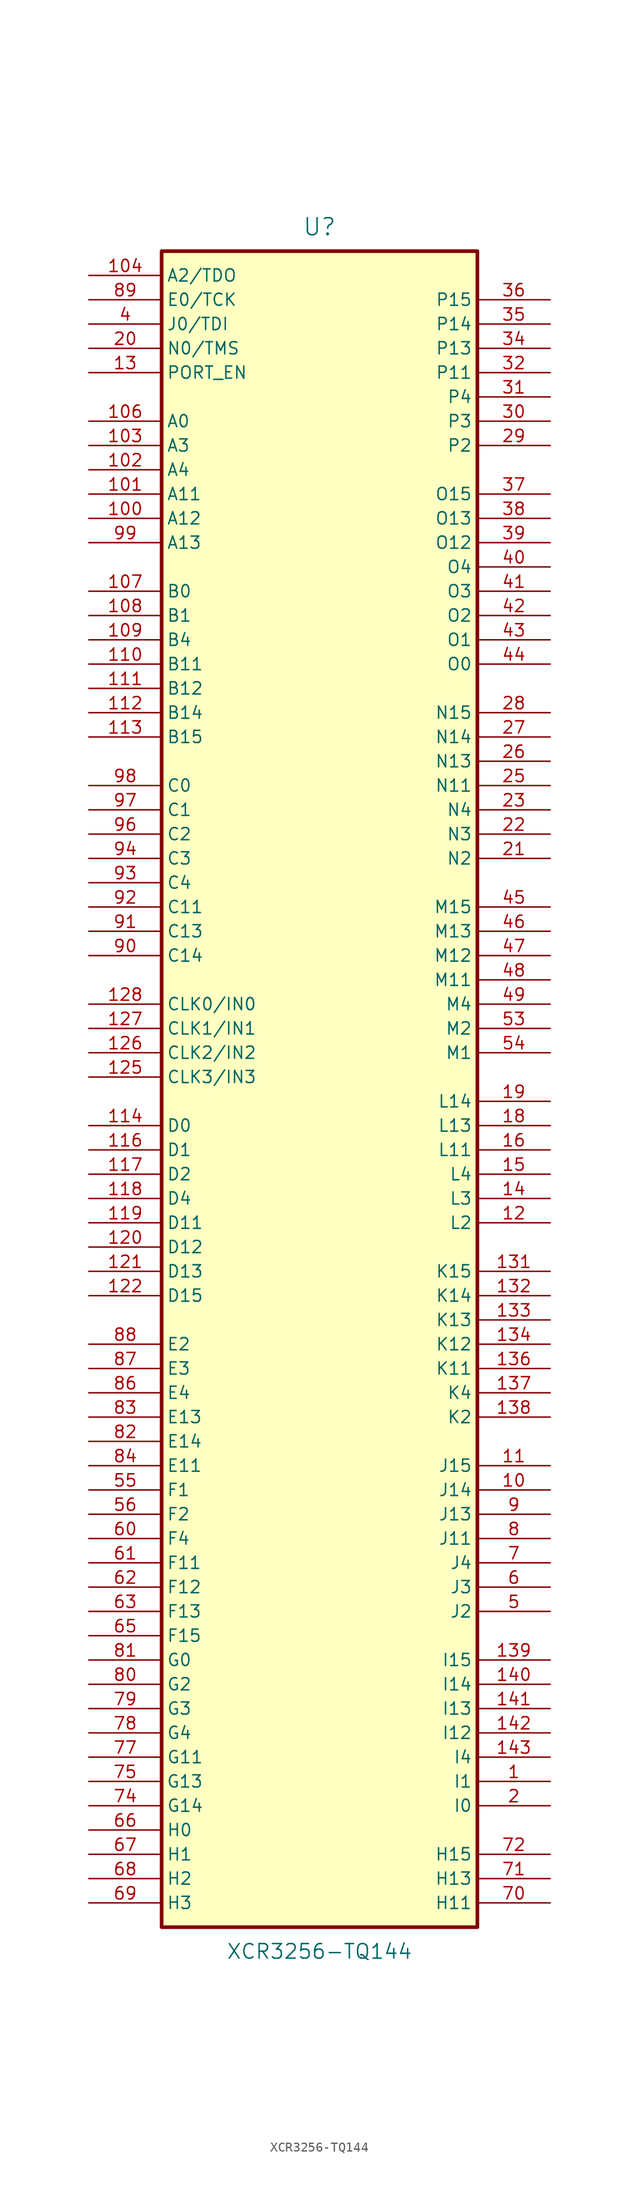
<source format=kicad_sym>
(kicad_symbol_lib
  (version 20241209)
  (generator "kicad_symbol_editor")
  (generator_version "9.0")
  (symbol "XCR3256-TQ144"
    (property "Reference" "U"
      (at 0 88.9 0)
      (effects (font (size 1.778 1.778))))
    (property "Value" "XCR3256-TQ144"
      (at 0 -91.44 0)
      (effects (font (size 1.524 1.524))))
    (property "Footprint" ""
      (at 0 0 0)
      (effects (font (size 1.524 1.524))))
    (property "Datasheet" ""
      (at 0 0 0)
      (effects (font (size 1.524 1.524))))
    (symbol "XCR3256-TQ144_0_1"
      (rectangle (start -16.51 86.36) (end 16.51 -88.9) (stroke (width 0.381) (type default)) (fill (type background))))
    (symbol "XCR3256-TQ144_1_1"
      (pin passive line (at -24.13 83.82 0) (length 7.62) (name "A2/TDO" (effects (font (size 1.27 1.27)))) (number "104" (effects (font (size 1.27 1.27)))))
      (pin passive line (at -24.13 81.28 0) (length 7.62) (name "E0/TCK" (effects (font (size 1.27 1.27)))) (number "89" (effects (font (size 1.27 1.27)))))
      (pin passive line (at -24.13 78.74 0) (length 7.62) (name "J0/TDI" (effects (font (size 1.27 1.27)))) (number "4" (effects (font (size 1.27 1.27)))))
      (pin passive line (at -24.13 76.2 0) (length 7.62) (name "N0/TMS" (effects (font (size 1.27 1.27)))) (number "20" (effects (font (size 1.27 1.27)))))
      (pin passive line (at -24.13 73.66 0) (length 7.62) (name "PORT_EN" (effects (font (size 1.27 1.27)))) (number "13" (effects (font (size 1.27 1.27)))))
      (pin passive line (at -24.13 68.58 0) (length 7.62) (name "A0" (effects (font (size 1.27 1.27)))) (number "106" (effects (font (size 1.27 1.27)))))
      (pin passive line (at -24.13 66.04 0) (length 7.62) (name "A3" (effects (font (size 1.27 1.27)))) (number "103" (effects (font (size 1.27 1.27)))))
      (pin passive line (at -24.13 63.5 0) (length 7.62) (name "A4" (effects (font (size 1.27 1.27)))) (number "102" (effects (font (size 1.27 1.27)))))
      (pin passive line (at -24.13 60.96 0) (length 7.62) (name "A11" (effects (font (size 1.27 1.27)))) (number "101" (effects (font (size 1.27 1.27)))))
      (pin passive line (at -24.13 58.42 0) (length 7.62) (name "A12" (effects (font (size 1.27 1.27)))) (number "100" (effects (font (size 1.27 1.27)))))
      (pin passive line (at -24.13 55.88 0) (length 7.62) (name "A13" (effects (font (size 1.27 1.27)))) (number "99" (effects (font (size 1.27 1.27)))))
      (pin passive line (at -24.13 50.8 0) (length 7.62) (name "B0" (effects (font (size 1.27 1.27)))) (number "107" (effects (font (size 1.27 1.27)))))
      (pin passive line (at -24.13 48.26 0) (length 7.62) (name "B1" (effects (font (size 1.27 1.27)))) (number "108" (effects (font (size 1.27 1.27)))))
      (pin passive line (at -24.13 45.72 0) (length 7.62) (name "B4" (effects (font (size 1.27 1.27)))) (number "109" (effects (font (size 1.27 1.27)))))
      (pin passive line (at -24.13 43.18 0) (length 7.62) (name "B11" (effects (font (size 1.27 1.27)))) (number "110" (effects (font (size 1.27 1.27)))))
      (pin passive line (at -24.13 40.64 0) (length 7.62) (name "B12" (effects (font (size 1.27 1.27)))) (number "111" (effects (font (size 1.27 1.27)))))
      (pin passive line (at -24.13 38.1 0) (length 7.62) (name "B14" (effects (font (size 1.27 1.27)))) (number "112" (effects (font (size 1.27 1.27)))))
      (pin passive line (at -24.13 35.56 0) (length 7.62) (name "B15" (effects (font (size 1.27 1.27)))) (number "113" (effects (font (size 1.27 1.27)))))
      (pin passive line (at -24.13 30.48 0) (length 7.62) (name "C0" (effects (font (size 1.27 1.27)))) (number "98" (effects (font (size 1.27 1.27)))))
      (pin passive line (at -24.13 27.94 0) (length 7.62) (name "C1" (effects (font (size 1.27 1.27)))) (number "97" (effects (font (size 1.27 1.27)))))
      (pin passive line (at -24.13 25.4 0) (length 7.62) (name "C2" (effects (font (size 1.27 1.27)))) (number "96" (effects (font (size 1.27 1.27)))))
      (pin passive line (at -24.13 22.86 0) (length 7.62) (name "C3" (effects (font (size 1.27 1.27)))) (number "94" (effects (font (size 1.27 1.27)))))
      (pin passive line (at -24.13 20.32 0) (length 7.62) (name "C4" (effects (font (size 1.27 1.27)))) (number "93" (effects (font (size 1.27 1.27)))))
      (pin passive line (at -24.13 17.78 0) (length 7.62) (name "C11" (effects (font (size 1.27 1.27)))) (number "92" (effects (font (size 1.27 1.27)))))
      (pin passive line (at -24.13 15.24 0) (length 7.62) (name "C13" (effects (font (size 1.27 1.27)))) (number "91" (effects (font (size 1.27 1.27)))))
      (pin passive line (at -24.13 12.7 0) (length 7.62) (name "C14" (effects (font (size 1.27 1.27)))) (number "90" (effects (font (size 1.27 1.27)))))
      (pin input line (at -24.13 7.62 0) (length 7.62) (name "CLK0/IN0" (effects (font (size 1.27 1.27)))) (number "128" (effects (font (size 1.27 1.27)))))
      (pin input line (at -24.13 5.08 0) (length 7.62) (name "CLK1/IN1" (effects (font (size 1.27 1.27)))) (number "127" (effects (font (size 1.27 1.27)))))
      (pin input line (at -24.13 2.54 0) (length 7.62) (name "CLK2/IN2" (effects (font (size 1.27 1.27)))) (number "126" (effects (font (size 1.27 1.27)))))
      (pin input line (at -24.13 0 0) (length 7.62) (name "CLK3/IN3" (effects (font (size 1.27 1.27)))) (number "125" (effects (font (size 1.27 1.27)))))
      (pin passive line (at -24.13 -5.08 0) (length 7.62) (name "D0" (effects (font (size 1.27 1.27)))) (number "114" (effects (font (size 1.27 1.27)))))
      (pin passive line (at -24.13 -7.62 0) (length 7.62) (name "D1" (effects (font (size 1.27 1.27)))) (number "116" (effects (font (size 1.27 1.27)))))
      (pin passive line (at -24.13 -10.16 0) (length 7.62) (name "D2" (effects (font (size 1.27 1.27)))) (number "117" (effects (font (size 1.27 1.27)))))
      (pin passive line (at -24.13 -12.7 0) (length 7.62) (name "D4" (effects (font (size 1.27 1.27)))) (number "118" (effects (font (size 1.27 1.27)))))
      (pin passive line (at -24.13 -15.24 0) (length 7.62) (name "D11" (effects (font (size 1.27 1.27)))) (number "119" (effects (font (size 1.27 1.27)))))
      (pin passive line (at -24.13 -17.78 0) (length 7.62) (name "D12" (effects (font (size 1.27 1.27)))) (number "120" (effects (font (size 1.27 1.27)))))
      (pin passive line (at -24.13 -20.32 0) (length 7.62) (name "D13" (effects (font (size 1.27 1.27)))) (number "121" (effects (font (size 1.27 1.27)))))
      (pin passive line (at -24.13 -22.86 0) (length 7.62) (name "D15" (effects (font (size 1.27 1.27)))) (number "122" (effects (font (size 1.27 1.27)))))
      (pin passive line (at -24.13 -27.94 0) (length 7.62) (name "E2" (effects (font (size 1.27 1.27)))) (number "88" (effects (font (size 1.27 1.27)))))
      (pin passive line (at -24.13 -30.48 0) (length 7.62) (name "E3" (effects (font (size 1.27 1.27)))) (number "87" (effects (font (size 1.27 1.27)))))
      (pin passive line (at -24.13 -33.02 0) (length 7.62) (name "E4" (effects (font (size 1.27 1.27)))) (number "86" (effects (font (size 1.27 1.27)))))
      (pin passive line (at -24.13 -35.56 0) (length 7.62) (name "E13" (effects (font (size 1.27 1.27)))) (number "83" (effects (font (size 1.27 1.27)))))
      (pin passive line (at -24.13 -38.1 0) (length 7.62) (name "E14" (effects (font (size 1.27 1.27)))) (number "82" (effects (font (size 1.27 1.27)))))
      (pin passive line (at -24.13 -40.64 0) (length 7.62) (name "E11" (effects (font (size 1.27 1.27)))) (number "84" (effects (font (size 1.27 1.27)))))
      (pin passive line (at -24.13 -43.18 0) (length 7.62) (name "F1" (effects (font (size 1.27 1.27)))) (number "55" (effects (font (size 1.27 1.27)))))
      (pin passive line (at -24.13 -45.72 0) (length 7.62) (name "F2" (effects (font (size 1.27 1.27)))) (number "56" (effects (font (size 1.27 1.27)))))
      (pin passive line (at -24.13 -48.26 0) (length 7.62) (name "F4" (effects (font (size 1.27 1.27)))) (number "60" (effects (font (size 1.27 1.27)))))
      (pin passive line (at -24.13 -50.8 0) (length 7.62) (name "F11" (effects (font (size 1.27 1.27)))) (number "61" (effects (font (size 1.27 1.27)))))
      (pin passive line (at -24.13 -53.34 0) (length 7.62) (name "F12" (effects (font (size 1.27 1.27)))) (number "62" (effects (font (size 1.27 1.27)))))
      (pin passive line (at -24.13 -55.88 0) (length 7.62) (name "F13" (effects (font (size 1.27 1.27)))) (number "63" (effects (font (size 1.27 1.27)))))
      (pin passive line (at -24.13 -58.42 0) (length 7.62) (name "F15" (effects (font (size 1.27 1.27)))) (number "65" (effects (font (size 1.27 1.27)))))
      (pin input line (at -24.13 -60.96 0) (length 7.62) (name "G0" (effects (font (size 1.27 1.27)))) (number "81" (effects (font (size 1.27 1.27)))))
      (pin passive line (at -24.13 -63.5 0) (length 7.62) (name "G2" (effects (font (size 1.27 1.27)))) (number "80" (effects (font (size 1.27 1.27)))))
      (pin passive line (at -24.13 -66.04 0) (length 7.62) (name "G3" (effects (font (size 1.27 1.27)))) (number "79" (effects (font (size 1.27 1.27)))))
      (pin passive line (at -24.13 -68.58 0) (length 7.62) (name "G4" (effects (font (size 1.27 1.27)))) (number "78" (effects (font (size 1.27 1.27)))))
      (pin passive line (at -24.13 -71.12 0) (length 7.62) (name "G11" (effects (font (size 1.27 1.27)))) (number "77" (effects (font (size 1.27 1.27)))))
      (pin passive line (at -24.13 -73.66 0) (length 7.595) (name "G13" (effects (font (size 1.27 1.27)))) (number "75" (effects (font (size 1.27 1.27)))))
      (pin passive line (at -24.13 -76.2 0) (length 7.62) (name "G14" (effects (font (size 1.27 1.27)))) (number "74" (effects (font (size 1.27 1.27)))))
      (pin passive line (at -24.13 -78.74 0) (length 7.62) (name "H0" (effects (font (size 1.27 1.27)))) (number "66" (effects (font (size 1.27 1.27)))))
      (pin passive line (at -24.13 -81.28 0) (length 7.62) (name "H1" (effects (font (size 1.27 1.27)))) (number "67" (effects (font (size 1.27 1.27)))))
      (pin passive line (at -24.13 -83.82 0) (length 7.62) (name "H2" (effects (font (size 1.27 1.27)))) (number "68" (effects (font (size 1.27 1.27)))))
      (pin passive line (at -24.13 -86.36 0) (length 7.62) (name "H3" (effects (font (size 1.27 1.27)))) (number "69" (effects (font (size 1.27 1.27)))))
      (pin power_in line (at -13.97 -88.9 90) (length 0) (hide yes) (name "GND" (effects (font (size 0.762 0.762)))) (number "135" (effects (font (size 0.762 0.762)))))
      (pin power_in line (at -11.43 86.36 270) (length 0) (hide yes) (name "VCC" (effects (font (size 0.762 0.762)))) (number "51" (effects (font (size 0.762 0.762)))))
      (pin power_in line (at -11.43 -88.9 90) (length 0) (hide yes) (name "GND" (effects (font (size 0.762 0.762)))) (number "57" (effects (font (size 0.762 0.762)))))
      (pin power_in line (at -8.89 86.36 270) (length 0) (hide yes) (name "VCC" (effects (font (size 0.762 0.762)))) (number "58" (effects (font (size 0.762 0.762)))))
      (pin power_in line (at -8.89 -88.9 90) (length 0) (hide yes) (name "GND" (effects (font (size 0.762 0.762)))) (number "52" (effects (font (size 0.762 0.762)))))
      (pin power_in line (at -6.35 86.36 270) (length 0) (hide yes) (name "VCC" (effects (font (size 0.762 0.762)))) (number "123" (effects (font (size 0.762 0.762)))))
      (pin power_in line (at -6.35 -88.9 90) (length 0) (hide yes) (name "GND" (effects (font (size 0.762 0.762)))) (number "124" (effects (font (size 0.762 0.762)))))
      (pin power_in line (at -3.81 86.36 270) (length 0) (hide yes) (name "VCC" (effects (font (size 0.762 0.762)))) (number "130" (effects (font (size 0.762 0.762)))))
      (pin power_in line (at -3.81 -88.9 90) (length 0) (hide yes) (name "GND" (effects (font (size 0.762 0.762)))) (number "129" (effects (font (size 0.762 0.762)))))
      (pin power_in line (at -1.27 86.36 270) (length 0) (hide yes) (name "VCC" (effects (font (size 0.762 0.762)))) (number "24" (effects (font (size 0.762 0.762)))))
      (pin power_in line (at -1.27 -88.9 90) (length 0) (hide yes) (name "GND" (effects (font (size 0.762 0.762)))) (number "3" (effects (font (size 0.762 0.762)))))
      (pin power_in line (at 1.27 86.36 270) (length 0) (hide yes) (name "VCC" (effects (font (size 0.762 0.762)))) (number "50" (effects (font (size 0.762 0.762)))))
      (pin power_in line (at 1.27 -88.9 90) (length 0) (hide yes) (name "GND" (effects (font (size 0.762 0.762)))) (number "17" (effects (font (size 0.762 0.762)))))
      (pin power_in line (at 3.81 86.36 270) (length 0) (hide yes) (name "VCC" (effects (font (size 0.762 0.762)))) (number "73" (effects (font (size 0.762 0.762)))))
      (pin power_in line (at 3.81 -88.9 90) (length 0) (hide yes) (name "GND" (effects (font (size 0.762 0.762)))) (number "33" (effects (font (size 0.762 0.762)))))
      (pin power_in line (at 6.35 86.36 270) (length 0) (hide yes) (name "VCC" (effects (font (size 0.762 0.762)))) (number "76" (effects (font (size 0.762 0.762)))))
      (pin power_in line (at 6.35 -88.9 90) (length 0) (hide yes) (name "GND" (effects (font (size 0.762 0.762)))) (number "59" (effects (font (size 0.762 0.762)))))
      (pin power_in line (at 8.89 86.36 270) (length 0) (hide yes) (name "VCC" (effects (font (size 0.762 0.762)))) (number "95" (effects (font (size 0.762 0.762)))))
      (pin power_in line (at 8.89 -88.9 90) (length 0) (hide yes) (name "GND" (effects (font (size 0.762 0.762)))) (number "64" (effects (font (size 0.762 0.762)))))
      (pin power_in line (at 11.43 86.36 270) (length 0) (hide yes) (name "VCC" (effects (font (size 0.762 0.762)))) (number "115" (effects (font (size 0.762 0.762)))))
      (pin power_in line (at 11.43 -88.9 90) (length 0) (hide yes) (name "GND" (effects (font (size 0.762 0.762)))) (number "85" (effects (font (size 0.762 0.762)))))
      (pin power_in line (at 13.97 86.36 270) (length 0) (hide yes) (name "VCC" (effects (font (size 0.762 0.762)))) (number "144" (effects (font (size 0.762 0.762)))))
      (pin power_in line (at 13.97 -88.9 90) (length 0) (hide yes) (name "GND" (effects (font (size 0.762 0.762)))) (number "105" (effects (font (size 0.762 0.762)))))
      (pin passive line (at 24.13 81.28 180) (length 7.62) (name "P15" (effects (font (size 1.27 1.27)))) (number "36" (effects (font (size 1.27 1.27)))))
      (pin passive line (at 24.13 78.74 180) (length 7.62) (name "P14" (effects (font (size 1.27 1.27)))) (number "35" (effects (font (size 1.27 1.27)))))
      (pin passive line (at 24.13 76.2 180) (length 7.62) (name "P13" (effects (font (size 1.27 1.27)))) (number "34" (effects (font (size 1.27 1.27)))))
      (pin passive line (at 24.13 73.66 180) (length 7.62) (name "P11" (effects (font (size 1.27 1.27)))) (number "32" (effects (font (size 1.27 1.27)))))
      (pin passive line (at 24.13 71.12 180) (length 7.62) (name "P4" (effects (font (size 1.27 1.27)))) (number "31" (effects (font (size 1.27 1.27)))))
      (pin passive line (at 24.13 68.58 180) (length 7.62) (name "P3" (effects (font (size 1.27 1.27)))) (number "30" (effects (font (size 1.27 1.27)))))
      (pin passive line (at 24.13 66.04 180) (length 7.62) (name "P2" (effects (font (size 1.27 1.27)))) (number "29" (effects (font (size 1.27 1.27)))))
      (pin passive line (at 24.13 60.96 180) (length 7.62) (name "O15" (effects (font (size 1.27 1.27)))) (number "37" (effects (font (size 1.27 1.27)))))
      (pin passive line (at 24.13 58.42 180) (length 7.62) (name "O13" (effects (font (size 1.27 1.27)))) (number "38" (effects (font (size 1.27 1.27)))))
      (pin passive line (at 24.13 55.88 180) (length 7.62) (name "O12" (effects (font (size 1.27 1.27)))) (number "39" (effects (font (size 1.27 1.27)))))
      (pin passive line (at 24.13 53.34 180) (length 7.62) (name "O4" (effects (font (size 1.27 1.27)))) (number "40" (effects (font (size 1.27 1.27)))))
      (pin passive line (at 24.13 50.8 180) (length 7.62) (name "O3" (effects (font (size 1.27 1.27)))) (number "41" (effects (font (size 1.27 1.27)))))
      (pin passive line (at 24.13 48.26 180) (length 7.62) (name "O2" (effects (font (size 1.27 1.27)))) (number "42" (effects (font (size 1.27 1.27)))))
      (pin passive line (at 24.13 45.72 180) (length 7.62) (name "O1" (effects (font (size 1.27 1.27)))) (number "43" (effects (font (size 1.27 1.27)))))
      (pin passive line (at 24.13 43.18 180) (length 7.62) (name "O0" (effects (font (size 1.27 1.27)))) (number "44" (effects (font (size 1.27 1.27)))))
      (pin passive line (at 24.13 38.1 180) (length 7.62) (name "N15" (effects (font (size 1.27 1.27)))) (number "28" (effects (font (size 1.27 1.27)))))
      (pin passive line (at 24.13 35.56 180) (length 7.62) (name "N14" (effects (font (size 1.27 1.27)))) (number "27" (effects (font (size 1.27 1.27)))))
      (pin passive line (at 24.13 33.02 180) (length 7.62) (name "N13" (effects (font (size 1.27 1.27)))) (number "26" (effects (font (size 1.27 1.27)))))
      (pin passive line (at 24.13 30.48 180) (length 7.62) (name "N11" (effects (font (size 1.27 1.27)))) (number "25" (effects (font (size 1.27 1.27)))))
      (pin passive line (at 24.13 27.94 180) (length 7.62) (name "N4" (effects (font (size 1.27 1.27)))) (number "23" (effects (font (size 1.27 1.27)))))
      (pin passive line (at 24.13 25.4 180) (length 7.62) (name "N3" (effects (font (size 1.27 1.27)))) (number "22" (effects (font (size 1.27 1.27)))))
      (pin passive line (at 24.13 22.86 180) (length 7.62) (name "N2" (effects (font (size 1.27 1.27)))) (number "21" (effects (font (size 1.27 1.27)))))
      (pin passive line (at 24.13 17.78 180) (length 7.62) (name "M15" (effects (font (size 1.27 1.27)))) (number "45" (effects (font (size 1.27 1.27)))))
      (pin passive line (at 24.13 15.24 180) (length 7.62) (name "M13" (effects (font (size 1.27 1.27)))) (number "46" (effects (font (size 1.27 1.27)))))
      (pin passive line (at 24.13 12.7 180) (length 7.62) (name "M12" (effects (font (size 1.27 1.27)))) (number "47" (effects (font (size 1.27 1.27)))))
      (pin passive line (at 24.13 10.16 180) (length 7.62) (name "M11" (effects (font (size 1.27 1.27)))) (number "48" (effects (font (size 1.27 1.27)))))
      (pin passive line (at 24.13 7.62 180) (length 7.62) (name "M4" (effects (font (size 1.27 1.27)))) (number "49" (effects (font (size 1.27 1.27)))))
      (pin passive line (at 24.13 5.08 180) (length 7.62) (name "M2" (effects (font (size 1.27 1.27)))) (number "53" (effects (font (size 1.27 1.27)))))
      (pin passive line (at 24.13 2.54 180) (length 7.62) (name "M1" (effects (font (size 1.27 1.27)))) (number "54" (effects (font (size 1.27 1.27)))))
      (pin passive line (at 24.13 -2.54 180) (length 7.62) (name "L14" (effects (font (size 1.27 1.27)))) (number "19" (effects (font (size 1.27 1.27)))))
      (pin passive line (at 24.13 -5.08 180) (length 7.62) (name "L13" (effects (font (size 1.27 1.27)))) (number "18" (effects (font (size 1.27 1.27)))))
      (pin passive line (at 24.13 -7.62 180) (length 7.62) (name "L11" (effects (font (size 1.27 1.27)))) (number "16" (effects (font (size 1.27 1.27)))))
      (pin passive line (at 24.13 -10.16 180) (length 7.62) (name "L4" (effects (font (size 1.27 1.27)))) (number "15" (effects (font (size 1.27 1.27)))))
      (pin passive line (at 24.13 -12.7 180) (length 7.62) (name "L3" (effects (font (size 1.27 1.27)))) (number "14" (effects (font (size 1.27 1.27)))))
      (pin passive line (at 24.13 -15.24 180) (length 7.62) (name "L2" (effects (font (size 1.27 1.27)))) (number "12" (effects (font (size 1.27 1.27)))))
      (pin passive line (at 24.13 -20.32 180) (length 7.62) (name "K15" (effects (font (size 1.27 1.27)))) (number "131" (effects (font (size 1.27 1.27)))))
      (pin passive line (at 24.13 -22.86 180) (length 7.62) (name "K14" (effects (font (size 1.27 1.27)))) (number "132" (effects (font (size 1.27 1.27)))))
      (pin passive line (at 24.13 -25.4 180) (length 7.62) (name "K13" (effects (font (size 1.27 1.27)))) (number "133" (effects (font (size 1.27 1.27)))))
      (pin passive line (at 24.13 -27.94 180) (length 7.62) (name "K12" (effects (font (size 1.27 1.27)))) (number "134" (effects (font (size 1.27 1.27)))))
      (pin passive line (at 24.13 -30.48 180) (length 7.62) (name "K11" (effects (font (size 1.27 1.27)))) (number "136" (effects (font (size 1.27 1.27)))))
      (pin passive line (at 24.13 -33.02 180) (length 7.62) (name "K4" (effects (font (size 1.27 1.27)))) (number "137" (effects (font (size 1.27 1.27)))))
      (pin passive line (at 24.13 -35.56 180) (length 7.62) (name "K2" (effects (font (size 1.27 1.27)))) (number "138" (effects (font (size 1.27 1.27)))))
      (pin passive line (at 24.13 -40.64 180) (length 7.62) (name "J15" (effects (font (size 1.27 1.27)))) (number "11" (effects (font (size 1.27 1.27)))))
      (pin passive line (at 24.13 -43.18 180) (length 7.62) (name "J14" (effects (font (size 1.27 1.27)))) (number "10" (effects (font (size 1.27 1.27)))))
      (pin passive line (at 24.13 -45.72 180) (length 7.62) (name "J13" (effects (font (size 1.27 1.27)))) (number "9" (effects (font (size 1.27 1.27)))))
      (pin passive line (at 24.13 -48.26 180) (length 7.62) (name "J11" (effects (font (size 1.27 1.27)))) (number "8" (effects (font (size 1.27 1.27)))))
      (pin passive line (at 24.13 -50.8 180) (length 7.62) (name "J4" (effects (font (size 1.27 1.27)))) (number "7" (effects (font (size 1.27 1.27)))))
      (pin passive line (at 24.13 -53.34 180) (length 7.62) (name "J3" (effects (font (size 1.27 1.27)))) (number "6" (effects (font (size 1.27 1.27)))))
      (pin passive line (at 24.13 -55.88 180) (length 7.62) (name "J2" (effects (font (size 1.27 1.27)))) (number "5" (effects (font (size 1.27 1.27)))))
      (pin passive line (at 24.13 -60.96 180) (length 7.62) (name "I15" (effects (font (size 1.27 1.27)))) (number "139" (effects (font (size 1.27 1.27)))))
      (pin passive line (at 24.13 -63.5 180) (length 7.62) (name "I14" (effects (font (size 1.27 1.27)))) (number "140" (effects (font (size 1.27 1.27)))))
      (pin passive line (at 24.13 -66.04 180) (length 7.62) (name "I13" (effects (font (size 1.27 1.27)))) (number "141" (effects (font (size 1.27 1.27)))))
      (pin passive line (at 24.13 -68.58 180) (length 7.62) (name "I12" (effects (font (size 1.27 1.27)))) (number "142" (effects (font (size 1.27 1.27)))))
      (pin passive line (at 24.13 -71.12 180) (length 7.62) (name "I4" (effects (font (size 1.27 1.27)))) (number "143" (effects (font (size 1.27 1.27)))))
      (pin passive line (at 24.13 -73.66 180) (length 7.62) (name "I1" (effects (font (size 1.27 1.27)))) (number "1" (effects (font (size 1.27 1.27)))))
      (pin passive line (at 24.13 -76.2 180) (length 7.62) (name "I0" (effects (font (size 1.27 1.27)))) (number "2" (effects (font (size 1.27 1.27)))))
      (pin passive line (at 24.13 -81.28 180) (length 7.62) (name "H15" (effects (font (size 1.27 1.27)))) (number "72" (effects (font (size 1.27 1.27)))))
      (pin passive line (at 24.13 -83.82 180) (length 7.62) (name "H13" (effects (font (size 1.27 1.27)))) (number "71" (effects (font (size 1.27 1.27)))))
      (pin passive line (at 24.13 -86.36 180) (length 7.62) (name "H11" (effects (font (size 1.27 1.27)))) (number "70" (effects (font (size 1.27 1.27))))))))
</source>
